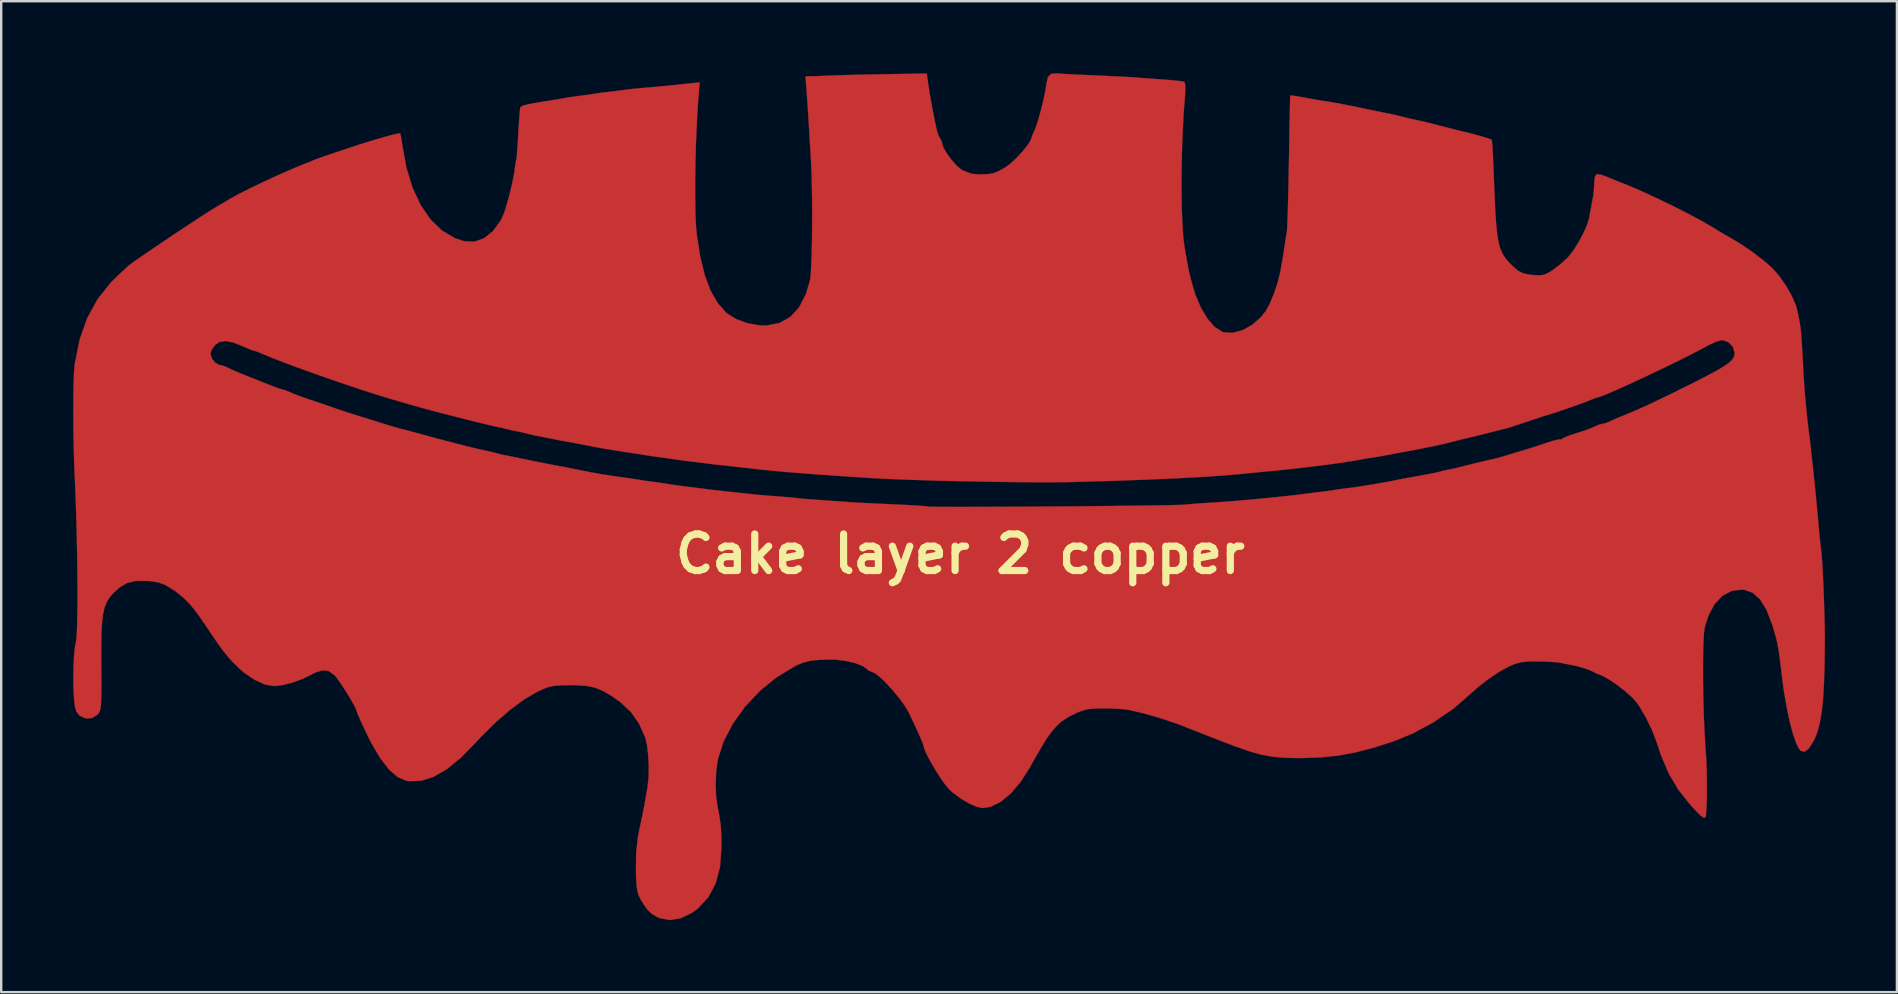
<source format=kicad_pcb>
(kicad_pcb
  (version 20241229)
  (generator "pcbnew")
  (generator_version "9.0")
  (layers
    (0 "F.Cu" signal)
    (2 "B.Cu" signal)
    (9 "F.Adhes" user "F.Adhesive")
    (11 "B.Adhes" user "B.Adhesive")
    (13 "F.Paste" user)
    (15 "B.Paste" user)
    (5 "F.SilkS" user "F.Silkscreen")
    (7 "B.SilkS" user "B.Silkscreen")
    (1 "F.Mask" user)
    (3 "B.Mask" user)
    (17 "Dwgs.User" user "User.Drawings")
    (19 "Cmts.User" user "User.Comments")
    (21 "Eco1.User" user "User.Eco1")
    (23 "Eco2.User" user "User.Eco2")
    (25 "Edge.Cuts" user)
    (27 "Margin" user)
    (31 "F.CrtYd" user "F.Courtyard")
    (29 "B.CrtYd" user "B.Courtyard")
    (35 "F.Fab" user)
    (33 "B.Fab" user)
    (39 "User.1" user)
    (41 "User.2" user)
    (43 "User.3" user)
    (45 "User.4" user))
  (footprint "Cake layer 2 copper"
    (layer "F.Cu")
    (at 36.956 20.03)
    (property "Reference" "Cake layer 2 copper" (at 0 0 0) (layer "F.SilkS") (effects (font (size 1.524 1.524) (thickness 0.3))))
    (attr through_hole)
    (fp_poly (pts (xy 4.054 -20.02) (xy 4.213 -20.007) (xy 4.506 -19.99) (xy 4.899 -19.97) (xy 5.357 -19.949) (xy 5.63 -19.937) (xy 6.112 -19.916) (xy 6.552 -19.896) (xy 6.915 -19.877) (xy 7.163 -19.863) (xy 7.239 -19.857) (xy 7.43 -19.841) (xy 7.741 -19.818) (xy 8.121 -19.791) (xy 8.38 -19.773) (xy 8.754 -19.744) (xy 9.064 -19.714) (xy 9.272 -19.686) (xy 9.338 -19.67) (xy 9.369 -19.569) (xy 9.376 -19.352) (xy 9.365 -19.148) (xy 9.307 -18.39) (xy 9.263 -17.58) (xy 9.233 -16.743) (xy 9.217 -15.908) (xy 9.215 -15.103) (xy 9.227 -14.356) (xy 9.254 -13.693) (xy 9.294 -13.142) (xy 9.35 -12.732) (xy 9.351 -12.722) (xy 9.389 -12.518) (xy 9.432 -12.267) (xy 9.432 -12.266) (xy 9.479 -12.006) (xy 9.523 -11.79) (xy 9.575 -11.567) (xy 9.602 -11.451) (xy 9.786 -10.819) (xy 10.023 -10.261) (xy 10.299 -9.8) (xy 10.6 -9.458) (xy 10.911 -9.258) (xy 10.978 -9.236) (xy 11.353 -9.214) (xy 11.761 -9.326) (xy 12.166 -9.552) (xy 12.53 -9.874) (xy 12.735 -10.138) (xy 12.905 -10.458) (xy 13.078 -10.879) (xy 13.228 -11.334) (xy 13.332 -11.757) (xy 13.345 -11.83) (xy 13.383 -12.06) (xy 13.412 -12.218) (xy 13.415 -12.234) (xy 13.438 -12.362) (xy 13.474 -12.594) (xy 13.496 -12.742) (xy 13.542 -13.05) (xy 13.588 -13.331) (xy 13.603 -13.42) (xy 13.615 -13.565) (xy 13.629 -13.857) (xy 13.644 -14.273) (xy 13.658 -14.791) (xy 13.672 -15.387) (xy 13.685 -16.04) (xy 13.691 -16.383) (xy 13.702 -17.042) (xy 13.712 -17.644) (xy 13.722 -18.169) (xy 13.731 -18.596) (xy 13.739 -18.906) (xy 13.745 -19.079) (xy 13.747 -19.107) (xy 13.83 -19.1) (xy 14.036 -19.068) (xy 14.323 -19.017) (xy 14.352 -19.011) (xy 14.716 -18.945) (xy 15.072 -18.885) (xy 15.313 -18.849) (xy 15.545 -18.811) (xy 15.893 -18.746) (xy 16.307 -18.665) (xy 16.667 -18.591) (xy 17.075 -18.505) (xy 17.44 -18.43) (xy 17.72 -18.373) (xy 17.865 -18.345) (xy 18.087 -18.297) (xy 18.364 -18.23) (xy 18.415 -18.217) (xy 18.689 -18.148) (xy 18.931 -18.095) (xy 18.965 -18.089) (xy 19.143 -18.05) (xy 19.432 -17.982) (xy 19.779 -17.895) (xy 19.897 -17.865) (xy 20.24 -17.777) (xy 20.533 -17.702) (xy 20.728 -17.654) (xy 20.765 -17.645) (xy 21.094 -17.565) (xy 21.437 -17.476) (xy 21.751 -17.388) (xy 21.995 -17.315) (xy 22.126 -17.268) (xy 22.137 -17.261) (xy 22.151 -17.169) (xy 22.169 -16.937) (xy 22.189 -16.593) (xy 22.209 -16.166) (xy 22.222 -15.831) (xy 22.253 -15.006) (xy 22.284 -14.331) (xy 22.32 -13.787) (xy 22.363 -13.353) (xy 22.419 -13.011) (xy 22.49 -12.74) (xy 22.582 -12.523) (xy 22.698 -12.338) (xy 22.841 -12.167) (xy 23.01 -11.997) (xy 23.244 -11.796) (xy 23.466 -11.687) (xy 23.76 -11.632) (xy 23.82 -11.625) (xy 24.118 -11.606) (xy 24.329 -11.637) (xy 24.536 -11.736) (xy 24.658 -11.814) (xy 24.95 -12.033) (xy 25.242 -12.289) (xy 25.32 -12.366) (xy 25.526 -12.626) (xy 25.748 -12.975) (xy 25.954 -13.357) (xy 26.113 -13.715) (xy 26.19 -13.97) (xy 26.234 -14.205) (xy 26.285 -14.475) (xy 26.285 -14.478) (xy 26.333 -14.731) (xy 26.371 -14.937) (xy 26.372 -14.944) (xy 26.393 -15.136) (xy 26.408 -15.402) (xy 26.41 -15.473) (xy 26.431 -15.703) (xy 26.503 -15.814) (xy 26.657 -15.815) (xy 26.923 -15.72) (xy 26.985 -15.694) (xy 27.234 -15.589) (xy 27.443 -15.505) (xy 27.474 -15.494) (xy 27.913 -15.32) (xy 28.451 -15.084) (xy 29.051 -14.807) (xy 29.671 -14.506) (xy 30.274 -14.201) (xy 30.82 -13.912) (xy 31.269 -13.657) (xy 31.454 -13.543) (xy 31.679 -13.404) (xy 31.872 -13.293) (xy 31.877 -13.29) (xy 32.428 -12.969) (xy 32.988 -12.593) (xy 33.498 -12.201) (xy 33.847 -11.89) (xy 34.123 -11.573) (xy 34.396 -11.179) (xy 34.634 -10.765) (xy 34.801 -10.387) (xy 34.849 -10.226) (xy 34.918 -9.909) (xy 34.963 -9.68) (xy 34.997 -9.465) (xy 35.006 -9.401) (xy 35.026 -9.195) (xy 35.051 -8.868) (xy 35.076 -8.469) (xy 35.094 -8.128) (xy 35.117 -7.689) (xy 35.141 -7.265) (xy 35.165 -6.914) (xy 35.179 -6.731) (xy 35.222 -6.256) (xy 35.266 -5.812) (xy 35.305 -5.438) (xy 35.337 -5.17) (xy 35.352 -5.064) (xy 35.375 -4.907) (xy 35.406 -4.644) (xy 35.433 -4.392) (xy 35.468 -4.063) (xy 35.501 -3.762) (xy 35.519 -3.604) (xy 35.543 -3.392) (xy 35.578 -3.052) (xy 35.621 -2.624) (xy 35.667 -2.148) (xy 35.713 -1.664) (xy 35.754 -1.212) (xy 35.779 -0.931) (xy 35.81 -0.608) (xy 35.84 -0.326) (xy 35.861 -0.171) (xy 35.884 0.044) (xy 35.908 0.393) (xy 35.933 0.845) (xy 35.957 1.365) (xy 35.978 1.92) (xy 35.996 2.476) (xy 36.008 2.998) (xy 36.014 3.455) (xy 36.014 3.598) (xy 36.005 4.544) (xy 35.982 5.339) (xy 35.945 6.001) (xy 35.89 6.549) (xy 35.816 7) (xy 35.72 7.372) (xy 35.601 7.684) (xy 35.545 7.798) (xy 35.354 8.097) (xy 35.177 8.233) (xy 35.018 8.203) (xy 34.935 8.108) (xy 34.812 7.853) (xy 34.683 7.47) (xy 34.557 7.001) (xy 34.446 6.485) (xy 34.415 6.308) (xy 34.368 6.042) (xy 34.332 5.842) (xy 34.303 5.661) (xy 34.263 5.366) (xy 34.219 5.014) (xy 34.207 4.911) (xy 34.148 4.417) (xy 34.096 4.044) (xy 34.044 3.746) (xy 33.981 3.475) (xy 33.898 3.185) (xy 33.813 2.912) (xy 33.583 2.32) (xy 33.317 1.889) (xy 33.009 1.614) (xy 32.657 1.489) (xy 32.597 1.483) (xy 32.154 1.529) (xy 31.763 1.729) (xy 31.431 2.075) (xy 31.17 2.556) (xy 31.014 3.048) (xy 30.982 3.281) (xy 30.96 3.656) (xy 30.946 4.146) (xy 30.94 4.722) (xy 30.943 5.358) (xy 30.954 6.026) (xy 30.973 6.699) (xy 31 7.349) (xy 31.034 7.949) (xy 31.06 8.297) (xy 31.082 8.667) (xy 31.096 9.118) (xy 31.101 9.603) (xy 31.099 10.077) (xy 31.089 10.494) (xy 31.07 10.808) (xy 31.06 10.901) (xy 31.03 10.982) (xy 30.961 10.983) (xy 30.837 10.89) (xy 30.637 10.69) (xy 30.403 10.435) (xy 29.91 9.816) (xy 29.513 9.144) (xy 29.187 8.375) (xy 29.036 7.916) (xy 28.838 7.384) (xy 28.571 6.826) (xy 28.276 6.325) (xy 28.178 6.186) (xy 27.975 5.961) (xy 27.682 5.701) (xy 27.347 5.442) (xy 27.017 5.219) (xy 26.74 5.067) (xy 26.656 5.035) (xy 26.467 4.963) (xy 26.374 4.911) (xy 26.215 4.834) (xy 25.953 4.744) (xy 25.651 4.662) (xy 25.442 4.618) (xy 25.177 4.568) (xy 24.977 4.527) (xy 24.795 4.504) (xy 24.499 4.486) (xy 24.145 4.475) (xy 24.041 4.473) (xy 23.648 4.478) (xy 23.359 4.509) (xy 23.107 4.578) (xy 22.827 4.698) (xy 22.824 4.7) (xy 22.455 4.905) (xy 22.031 5.189) (xy 21.614 5.506) (xy 21.266 5.812) (xy 21.243 5.834) (xy 20.543 6.442) (xy 19.729 7) (xy 18.858 7.472) (xy 18.043 7.805) (xy 17.201 8.074) (xy 16.452 8.268) (xy 15.744 8.398) (xy 15.023 8.472) (xy 14.235 8.5) (xy 14.012 8.501) (xy 13.473 8.488) (xy 12.996 8.443) (xy 12.534 8.356) (xy 12.04 8.218) (xy 11.467 8.019) (xy 11.134 7.892) (xy 10.797 7.761) (xy 10.447 7.627) (xy 10.329 7.581) (xy 10.064 7.478) (xy 9.84 7.389) (xy 9.779 7.364) (xy 9.055 7.082) (xy 8.328 6.835) (xy 7.644 6.637) (xy 7.048 6.502) (xy 6.9 6.477) (xy 6.603 6.448) (xy 6.229 6.433) (xy 5.84 6.431) (xy 5.498 6.444) (xy 5.274 6.47) (xy 4.922 6.582) (xy 4.544 6.765) (xy 4.215 6.977) (xy 4.093 7.083) (xy 3.92 7.265) (xy 3.76 7.46) (xy 3.595 7.694) (xy 3.406 7.997) (xy 3.175 8.395) (xy 2.897 8.89) (xy 2.512 9.496) (xy 2.099 9.979) (xy 1.673 10.329) (xy 1.248 10.533) (xy 0.925 10.583) (xy 0.677 10.529) (xy 0.355 10.385) (xy 0.007 10.177) (xy -0.32 9.934) (xy -0.475 9.792) (xy -0.634 9.601) (xy -0.829 9.323) (xy -1.036 8.997) (xy -1.232 8.663) (xy -1.394 8.359) (xy -1.497 8.125) (xy -1.523 8.021) (xy -1.56 7.898) (xy -1.664 7.646) (xy -1.823 7.29) (xy -2.028 6.852) (xy -2.147 6.604) (xy -2.303 6.338) (xy -2.525 6.03) (xy -2.786 5.71) (xy -3.059 5.409) (xy -3.317 5.155) (xy -3.532 4.979) (xy -3.678 4.911) (xy -3.682 4.911) (xy -3.824 4.851) (xy -3.887 4.792) (xy -4.08 4.658) (xy -4.395 4.54) (xy -4.787 4.45) (xy -5.21 4.401) (xy -5.461 4.395) (xy -5.916 4.412) (xy -6.254 4.449) (xy -6.53 4.517) (xy -6.797 4.626) (xy -6.889 4.672) (xy -7.649 5.133) (xy -8.347 5.702) (xy -8.962 6.354) (xy -9.473 7.063) (xy -9.859 7.803) (xy -10.098 8.548) (xy -10.103 8.572) (xy -10.169 9.046) (xy -10.192 9.582) (xy -10.173 10.101) (xy -10.124 10.456) (xy -10.037 10.908) (xy -9.984 11.289) (xy -9.957 11.673) (xy -9.949 12.137) (xy -9.949 12.234) (xy -10.011 13.039) (xy -10.194 13.727) (xy -10.5 14.301) (xy -10.93 14.765) (xy -11.161 14.936) (xy -11.632 15.169) (xy -12.091 15.248) (xy -12.52 15.17) (xy -12.639 15.116) (xy -12.853 14.987) (xy -13.02 14.832) (xy -13.188 14.6) (xy -13.29 14.436) (xy -13.383 14.262) (xy -13.444 14.08) (xy -13.482 13.849) (xy -13.503 13.525) (xy -13.513 13.166) (xy -13.504 12.466) (xy -13.438 11.844) (xy -13.369 11.472) (xy -13.29 11.101) (xy -13.221 10.764) (xy -13.172 10.517) (xy -13.161 10.456) (xy -13.123 10.232) (xy -13.068 9.921) (xy -13.028 9.694) (xy -12.987 9.312) (xy -12.979 8.859) (xy -13 8.393) (xy -13.048 7.975) (xy -13.12 7.662) (xy -13.124 7.651) (xy -13.385 7.067) (xy -13.716 6.591) (xy -14.155 6.177) (xy -14.52 5.918) (xy -14.879 5.706) (xy -15.21 5.569) (xy -15.57 5.494) (xy -16.016 5.465) (xy -16.256 5.463) (xy -16.654 5.47) (xy -16.943 5.495) (xy -17.182 5.55) (xy -17.431 5.648) (xy -17.624 5.739) (xy -18.158 6.05) (xy -18.747 6.484) (xy -19.364 7.018) (xy -19.979 7.629) (xy -20.193 7.86) (xy -20.813 8.493) (xy -21.395 8.966) (xy -21.943 9.283) (xy -22.465 9.447) (xy -22.967 9.462) (xy -23.081 9.444) (xy -23.437 9.294) (xy -23.802 8.977) (xy -24.174 8.494) (xy -24.55 7.848) (xy -24.674 7.601) (xy -24.853 7.228) (xy -25 6.908) (xy -25.102 6.673) (xy -25.145 6.554) (xy -25.146 6.549) (xy -25.19 6.425) (xy -25.307 6.203) (xy -25.471 5.922) (xy -25.658 5.623) (xy -25.843 5.345) (xy -26.002 5.129) (xy -26.062 5.059) (xy -26.298 4.879) (xy -26.561 4.84) (xy -26.879 4.94) (xy -27.044 5.028) (xy -27.42 5.211) (xy -27.855 5.365) (xy -28.279 5.47) (xy -28.591 5.503) (xy -28.973 5.434) (xy -29.404 5.238) (xy -29.845 4.936) (xy -30.109 4.702) (xy -30.317 4.493) (xy -30.506 4.283) (xy -30.698 4.044) (xy -30.916 3.745) (xy -31.183 3.358) (xy -31.467 2.936) (xy -31.8 2.457) (xy -32.093 2.092) (xy -32.381 1.803) (xy -32.698 1.554) (xy -32.825 1.467) (xy -33.123 1.288) (xy -33.391 1.186) (xy -33.712 1.133) (xy -33.869 1.12) (xy -34.339 1.119) (xy -34.71 1.205) (xy -35.034 1.397) (xy -35.283 1.627) (xy -35.439 1.806) (xy -35.56 1.999) (xy -35.651 2.229) (xy -35.716 2.519) (xy -35.758 2.89) (xy -35.781 3.365) (xy -35.789 3.967) (xy -35.787 4.613) (xy -35.783 5.229) (xy -35.783 5.698) (xy -35.789 6.044) (xy -35.802 6.288) (xy -35.824 6.455) (xy -35.857 6.565) (xy -35.903 6.643) (xy -35.937 6.684) (xy -36.171 6.833) (xy -36.441 6.848) (xy -36.687 6.737) (xy -36.829 6.562) (xy -36.882 6.364) (xy -36.92 6.038) (xy -36.943 5.623) (xy -36.951 5.158) (xy -36.943 4.683) (xy -36.92 4.237) (xy -36.882 3.862) (xy -36.841 3.641) (xy -36.816 3.449) (xy -36.797 3.109) (xy -36.785 2.642) (xy -36.778 2.068) (xy -36.778 1.41) (xy -36.783 0.687) (xy -36.794 -0.08) (xy -36.81 -0.869) (xy -36.832 -1.659) (xy -36.858 -2.43) (xy -36.89 -3.161) (xy -36.891 -3.175) (xy -36.916 -3.804) (xy -36.935 -4.48) (xy -36.947 -5.172) (xy -36.951 -5.851) (xy -36.949 -6.488) (xy -36.94 -7.053) (xy -36.924 -7.516) (xy -36.9 -7.848) (xy -36.892 -7.916) (xy -36.805 -8.353) (xy -31.242 -8.353) (xy -31.183 -8.153) (xy -31.043 -7.972) (xy -30.877 -7.877) (xy -30.847 -7.874) (xy -30.678 -7.835) (xy -30.585 -7.793) (xy -30.395 -7.702) (xy -30.096 -7.572) (xy -29.738 -7.425) (xy -29.591 -7.367) (xy -29.428 -7.303) (xy -29.166 -7.198) (xy -28.871 -7.079) (xy -28.588 -6.969) (xy -28.365 -6.889) (xy -28.251 -6.858) (xy -28.249 -6.858) (xy -28.13 -6.825) (xy -27.934 -6.744) (xy -27.91 -6.733) (xy -27.682 -6.638) (xy -27.371 -6.524) (xy -27.136 -6.444) (xy -26.762 -6.32) (xy -26.364 -6.184) (xy -26.162 -6.112) (xy -25.861 -6.008) (xy -25.468 -5.88) (xy -25.055 -5.749) (xy -24.934 -5.711) (xy -24.553 -5.594) (xy -24.191 -5.481) (xy -23.908 -5.393) (xy -23.834 -5.369) (xy -23.546 -5.282) (xy -23.278 -5.209) (xy -23.241 -5.2) (xy -23.033 -5.148) (xy -22.902 -5.112) (xy -22.772 -5.076) (xy -22.551 -5.016) (xy -22.479 -4.996) (xy -22.233 -4.93) (xy -22.043 -4.878) (xy -22.013 -4.87) (xy -21.806 -4.813) (xy -21.498 -4.732) (xy -21.136 -4.638) (xy -20.764 -4.543) (xy -20.428 -4.458) (xy -20.174 -4.396) (xy -20.059 -4.369) (xy -19.685 -4.289) (xy -19.434 -4.23) (xy -19.318 -4.198) (xy -19.123 -4.148) (xy -18.965 -4.115) (xy -18.73 -4.069) (xy -18.398 -4.002) (xy -18.041 -3.927) (xy -17.727 -3.861) (xy -17.695 -3.854) (xy -16.845 -3.688) (xy -16.806 -3.681) (xy -16.536 -3.633) (xy -16.222 -3.572) (xy -15.917 -3.51) (xy -15.4 -3.406) (xy -14.967 -3.328) (xy -14.537 -3.261) (xy -14.26 -3.222) (xy -13.916 -3.174) (xy -13.621 -3.131) (xy -13.429 -3.1) (xy -13.405 -3.096) (xy -13.224 -3.066) (xy -12.951 -3.028) (xy -12.785 -3.006) (xy -12.493 -2.966) (xy -12.247 -2.93) (xy -12.158 -2.914) (xy -11.98 -2.886) (xy -11.672 -2.843) (xy -11.276 -2.791) (xy -10.829 -2.735) (xy -10.373 -2.679) (xy -9.945 -2.629) (xy -9.586 -2.59) (xy -9.483 -2.579) (xy -9.15 -2.545) (xy -8.848 -2.512) (xy -8.678 -2.493) (xy -8.471 -2.471) (xy -8.158 -2.444) (xy -7.801 -2.416) (xy -7.747 -2.412) (xy -7.389 -2.384) (xy -7.065 -2.355) (xy -6.838 -2.332) (xy -6.816 -2.329) (xy -6.622 -2.309) (xy -6.31 -2.283) (xy -5.933 -2.255) (xy -5.715 -2.239) (xy -5.31 -2.212) (xy -4.93 -2.185) (xy -4.632 -2.164) (xy -4.53 -2.156) (xy -4.33 -2.143) (xy -3.998 -2.126) (xy -3.573 -2.105) (xy -3.091 -2.083) (xy -2.794 -2.07) (xy -2.326 -2.049) (xy -1.92 -2.026) (xy -1.605 -2.005) (xy -1.41 -1.987) (xy -1.36 -1.977) (xy -1.27 -1.971) (xy -1.028 -1.966) (xy -0.652 -1.964) (xy -0.159 -1.962) (xy 0.433 -1.963) (xy 1.107 -1.965) (xy 1.846 -1.968) (xy 2.631 -1.972) (xy 3.445 -1.977) (xy 4.272 -1.983) (xy 5.093 -1.99) (xy 5.89 -1.998) (xy 6.647 -2.006) (xy 7.346 -2.014) (xy 7.969 -2.022) (xy 8.499 -2.031) (xy 8.918 -2.04) (xy 9.21 -2.048) (xy 9.355 -2.056) (xy 9.356 -2.056) (xy 9.579 -2.078) (xy 9.921 -2.105) (xy 10.331 -2.133) (xy 10.668 -2.154) (xy 11.114 -2.184) (xy 11.664 -2.229) (xy 12.272 -2.283) (xy 12.889 -2.342) (xy 13.469 -2.401) (xy 13.965 -2.457) (xy 14.266 -2.495) (xy 14.502 -2.526) (xy 14.812 -2.564) (xy 14.969 -2.583) (xy 15.255 -2.619) (xy 15.488 -2.652) (xy 15.57 -2.665) (xy 15.739 -2.692) (xy 16.003 -2.727) (xy 16.18 -2.749) (xy 16.509 -2.794) (xy 16.931 -2.859) (xy 17.385 -2.935) (xy 17.809 -3.01) (xy 18.142 -3.075) (xy 18.203 -3.088) (xy 18.381 -3.124) (xy 18.673 -3.179) (xy 19.028 -3.243) (xy 19.177 -3.269) (xy 19.518 -3.331) (xy 19.792 -3.385) (xy 19.958 -3.423) (xy 19.988 -3.433) (xy 20.098 -3.467) (xy 20.301 -3.508) (xy 20.327 -3.513) (xy 20.568 -3.559) (xy 20.753 -3.604) (xy 20.758 -3.605) (xy 20.969 -3.663) (xy 21.054 -3.684) (xy 21.23 -3.726) (xy 21.487 -3.789) (xy 21.59 -3.815) (xy 21.868 -3.881) (xy 22.107 -3.935) (xy 22.166 -3.947) (xy 22.37 -3.996) (xy 22.639 -4.073) (xy 22.716 -4.097) (xy 23.037 -4.195) (xy 23.383 -4.298) (xy 23.453 -4.318) (xy 23.737 -4.405) (xy 24.097 -4.521) (xy 24.405 -4.625) (xy 24.684 -4.715) (xy 24.887 -4.768) (xy 24.976 -4.774) (xy 24.977 -4.771) (xy 25.028 -4.77) (xy 25.082 -4.808) (xy 25.218 -4.877) (xy 25.458 -4.967) (xy 25.679 -5.037) (xy 25.99 -5.136) (xy 26.267 -5.239) (xy 26.399 -5.298) (xy 26.597 -5.385) (xy 26.735 -5.418) (xy 26.898 -5.455) (xy 26.989 -5.493) (xy 27.173 -5.579) (xy 27.39 -5.672) (xy 27.806 -5.843) (xy 28.157 -5.991) (xy 28.483 -6.135) (xy 28.825 -6.293) (xy 29.224 -6.485) (xy 29.722 -6.728) (xy 29.887 -6.809) (xy 30.56 -7.143) (xy 31.094 -7.416) (xy 31.505 -7.637) (xy 31.809 -7.818) (xy 32.021 -7.967) (xy 32.156 -8.096) (xy 32.229 -8.215) (xy 32.256 -8.333) (xy 32.258 -8.375) (xy 32.186 -8.632) (xy 32.004 -8.824) (xy 31.761 -8.906) (xy 31.689 -8.903) (xy 31.475 -8.843) (xy 31.22 -8.728) (xy 31.168 -8.7) (xy 30.85 -8.526) (xy 30.441 -8.315) (xy 29.965 -8.076) (xy 29.445 -7.821) (xy 28.905 -7.562) (xy 28.368 -7.308) (xy 27.857 -7.072) (xy 27.397 -6.864) (xy 27.011 -6.696) (xy 26.722 -6.579) (xy 26.554 -6.522) (xy 26.531 -6.519) (xy 26.429 -6.488) (xy 26.242 -6.413) (xy 26.217 -6.402) (xy 26.039 -6.332) (xy 25.757 -6.229) (xy 25.416 -6.108) (xy 25.061 -5.986) (xy 24.738 -5.878) (xy 24.493 -5.8) (xy 24.384 -5.77) (xy 24.29 -5.741) (xy 24.074 -5.669) (xy 23.772 -5.568) (xy 23.58 -5.503) (xy 23.228 -5.386) (xy 22.921 -5.288) (xy 22.707 -5.224) (xy 22.648 -5.208) (xy 22.477 -5.168) (xy 22.208 -5.1) (xy 21.971 -5.039) (xy 21.662 -4.961) (xy 21.389 -4.894) (xy 21.251 -4.863) (xy 21.029 -4.811) (xy 20.752 -4.742) (xy 20.701 -4.728) (xy 20.448 -4.663) (xy 20.246 -4.613) (xy 20.214 -4.605) (xy 20.008 -4.559) (xy 19.875 -4.529) (xy 19.633 -4.477) (xy 19.473 -4.445) (xy 19.211 -4.393) (xy 19.05 -4.36) (xy 18.802 -4.312) (xy 18.584 -4.273) (xy 18.319 -4.226) (xy 18.119 -4.188) (xy 17.725 -4.112) (xy 17.41 -4.056) (xy 17.187 -4.022) (xy 16.917 -3.978) (xy 16.682 -3.936) (xy 16.676 -3.935) (xy 16.359 -3.879) (xy 15.937 -3.813) (xy 15.475 -3.747) (xy 15.037 -3.69) (xy 14.944 -3.679) (xy 14.63 -3.642) (xy 14.355 -3.609) (xy 14.224 -3.593) (xy 13.958 -3.561) (xy 13.573 -3.52) (xy 13.119 -3.473) (xy 12.644 -3.427) (xy 12.615 -3.425) (xy 12.275 -3.392) (xy 11.942 -3.359) (xy 11.811 -3.346) (xy 11.06 -3.279) (xy 10.145 -3.216) (xy 9.072 -3.157) (xy 7.847 -3.102) (xy 6.476 -3.052) (xy 4.963 -3.007) (xy 4.657 -2.999) (xy 4.066 -2.99) (xy 3.339 -2.988) (xy 2.506 -2.993) (xy 1.601 -3.004) (xy 0.656 -3.02) (xy -0.299 -3.04) (xy -1.229 -3.065) (xy -2.104 -3.093) (xy -2.891 -3.123) (xy -3.558 -3.156) (xy -3.855 -3.174) (xy -4.252 -3.201) (xy -4.714 -3.231) (xy -5.122 -3.258) (xy -6.352 -3.344) (xy -7.427 -3.432) (xy -8.365 -3.523) (xy -9.017 -3.598) (xy -9.238 -3.623) (xy -9.551 -3.658) (xy -9.821 -3.688) (xy -10.135 -3.722) (xy -10.4 -3.752) (xy -10.541 -3.77) (xy -10.715 -3.792) (xy -10.989 -3.826) (xy -11.218 -3.854) (xy -11.514 -3.89) (xy -11.755 -3.923) (xy -11.862 -3.939) (xy -12.02 -3.964) (xy -12.276 -4) (xy -12.446 -4.022) (xy -12.737 -4.061) (xy -12.981 -4.097) (xy -13.069 -4.112) (xy -13.267 -4.146) (xy -13.531 -4.187) (xy -13.586 -4.194) (xy -13.864 -4.235) (xy -14.108 -4.272) (xy -14.139 -4.277) (xy -14.531 -4.34) (xy -14.798 -4.383) (xy -14.981 -4.415) (xy -15.122 -4.441) (xy -15.155 -4.448) (xy -15.418 -4.499) (xy -15.579 -4.53) (xy -15.841 -4.58) (xy -16.002 -4.611) (xy -16.25 -4.658) (xy -16.468 -4.697) (xy -16.733 -4.744) (xy -16.933 -4.784) (xy -17.196 -4.837) (xy -17.357 -4.868) (xy -17.701 -4.936) (xy -17.926 -4.984) (xy -18.078 -5.023) (xy -18.104 -5.031) (xy -18.295 -5.077) (xy -18.479 -5.114) (xy -18.71 -5.16) (xy -18.86 -5.198) (xy -19.062 -5.248) (xy -19.219 -5.279) (xy -19.384 -5.314) (xy -19.678 -5.384) (xy -20.067 -5.479) (xy -20.517 -5.591) (xy -20.995 -5.711) (xy -21.465 -5.832) (xy -21.893 -5.943) (xy -22.245 -6.037) (xy -22.31 -6.055) (xy -22.575 -6.129) (xy -22.801 -6.192) (xy -23.037 -6.26) (xy -23.334 -6.346) (xy -23.742 -6.465) (xy -23.749 -6.467) (xy -24.29 -6.632) (xy -24.923 -6.835) (xy -25.616 -7.067) (xy -26.335 -7.314) (xy -27.046 -7.565) (xy -27.718 -7.809) (xy -28.315 -8.033) (xy -28.806 -8.227) (xy -29.053 -8.331) (xy -29.263 -8.417) (xy -29.401 -8.464) (xy -29.418 -8.467) (xy -29.521 -8.499) (xy -29.722 -8.582) (xy -29.861 -8.643) (xy -30.289 -8.812) (xy -30.615 -8.874) (xy -30.865 -8.831) (xy -31.034 -8.718) (xy -31.178 -8.534) (xy -31.242 -8.359) (xy -31.242 -8.353) (xy -36.805 -8.353) (xy -36.69 -8.928) (xy -36.377 -9.821) (xy -35.944 -10.612) (xy -35.385 -11.315) (xy -35.061 -11.634) (xy -34.861 -11.818) (xy -34.699 -11.969) (xy -34.662 -12.005) (xy -34.553 -12.089) (xy -34.328 -12.249) (xy -34.009 -12.469) (xy -33.621 -12.734) (xy -33.188 -13.026) (xy -32.735 -13.329) (xy -32.286 -13.627) (xy -31.865 -13.905) (xy -31.496 -14.145) (xy -31.204 -14.331) (xy -31.03 -14.437) (xy -30.744 -14.606) (xy -30.474 -14.765) (xy -30.353 -14.836) (xy -30.053 -15.001) (xy -29.636 -15.212) (xy -29.144 -15.45) (xy -28.615 -15.695) (xy -28.091 -15.93) (xy -27.612 -16.135) (xy -27.284 -16.267) (xy -27.043 -16.364) (xy -26.903 -16.423) (xy -26.764 -16.475) (xy -26.503 -16.567) (xy -26.156 -16.684) (xy -25.763 -16.816) (xy -25.362 -16.949) (xy -24.99 -17.071) (xy -24.686 -17.168) (xy -24.489 -17.228) (xy -24.469 -17.234) (xy -24.322 -17.275) (xy -24.074 -17.347) (xy -23.855 -17.411) (xy -23.592 -17.481) (xy -23.402 -17.519) (xy -23.335 -17.519) (xy -23.307 -17.422) (xy -23.271 -17.212) (xy -23.25 -17.06) (xy -23.081 -16.114) (xy -22.824 -15.272) (xy -22.487 -14.546) (xy -22.075 -13.945) (xy -21.596 -13.479) (xy -21.054 -13.158) (xy -20.659 -13.029) (xy -20.236 -13.013) (xy -19.835 -13.157) (xy -19.471 -13.45) (xy -19.159 -13.881) (xy -19.07 -14.055) (xy -18.973 -14.307) (xy -18.862 -14.67) (xy -18.751 -15.088) (xy -18.654 -15.504) (xy -18.586 -15.863) (xy -18.573 -15.96) (xy -18.539 -16.211) (xy -18.509 -16.385) (xy -18.496 -16.428) (xy -18.482 -16.525) (xy -18.462 -16.756) (xy -18.439 -17.088) (xy -18.416 -17.485) (xy -18.416 -17.486) (xy -18.392 -17.889) (xy -18.368 -18.232) (xy -18.347 -18.48) (xy -18.332 -18.593) (xy -18.296 -18.641) (xy -18.203 -18.685) (xy -18.027 -18.731) (xy -17.744 -18.785) (xy -17.328 -18.854) (xy -17.145 -18.883) (xy -16.842 -18.932) (xy -16.587 -18.974) (xy -16.468 -18.996) (xy -16.293 -19.025) (xy -16.02 -19.065) (xy -15.79 -19.097) (xy -15.515 -19.134) (xy -15.314 -19.164) (xy -15.24 -19.176) (xy -15.14 -19.191) (xy -14.921 -19.219) (xy -14.647 -19.252) (xy -14.325 -19.291) (xy -14.042 -19.327) (xy -13.885 -19.349) (xy -13.694 -19.371) (xy -13.399 -19.401) (xy -13.081 -19.428) (xy -12.711 -19.46) (xy -12.347 -19.494) (xy -12.107 -19.518) (xy -11.779 -19.552) (xy -11.411 -19.591) (xy -11.292 -19.603) (xy -10.858 -19.648) (xy -10.883 -19.37) (xy -10.934 -18.703) (xy -10.977 -17.963) (xy -11.01 -17.181) (xy -11.033 -16.387) (xy -11.045 -15.612) (xy -11.046 -14.887) (xy -11.036 -14.241) (xy -11.014 -13.706) (xy -10.982 -13.335) (xy -10.836 -12.4) (xy -10.645 -11.616) (xy -10.404 -10.973) (xy -10.108 -10.456) (xy -9.752 -10.055) (xy -9.715 -10.022) (xy -9.337 -9.785) (xy -8.86 -9.612) (xy -8.347 -9.525) (xy -8.053 -9.521) (xy -7.525 -9.626) (xy -7.078 -9.879) (xy -6.714 -10.279) (xy -6.433 -10.825) (xy -6.263 -11.392) (xy -6.235 -11.601) (xy -6.212 -11.951) (xy -6.194 -12.413) (xy -6.181 -12.96) (xy -6.174 -13.563) (xy -6.171 -14.193) (xy -6.175 -14.823) (xy -6.184 -15.424) (xy -6.2 -15.968) (xy -6.221 -16.426) (xy -6.222 -16.427) (xy -6.25 -16.889) (xy -6.281 -17.407) (xy -6.309 -17.865) (xy -6.337 -18.313) (xy -6.369 -18.803) (xy -6.4 -19.231) (xy -6.4 -19.241) (xy -6.449 -19.897) (xy -6.082 -19.906) (xy -5.76 -19.917) (xy -5.399 -19.932) (xy -5.292 -19.937) (xy -5.076 -19.945) (xy -4.725 -19.955) (xy -4.273 -19.966) (xy -3.752 -19.977) (xy -3.198 -19.987) (xy -3.133 -19.988) (xy -1.397 -20.018) (xy -1.327 -19.513) (xy -1.261 -19.099) (xy -1.171 -18.594) (xy -1.068 -18.071) (xy -0.969 -17.611) (xy -0.903 -17.417) (xy -0.842 -17.319) (xy -0.767 -17.165) (xy -0.762 -17.119) (xy -0.706 -16.936) (xy -0.56 -16.686) (xy -0.36 -16.415) (xy -0.141 -16.17) (xy 0.062 -16) (xy 0.078 -15.99) (xy 0.468 -15.841) (xy 0.804 -15.813) (xy 1.128 -15.823) (xy 1.356 -15.857) (xy 1.565 -15.936) (xy 1.829 -16.08) (xy 1.886 -16.114) (xy 2.093 -16.267) (xy 2.334 -16.491) (xy 2.574 -16.749) (xy 2.781 -17.002) (xy 2.922 -17.214) (xy 2.964 -17.332) (xy 3 -17.448) (xy 3.085 -17.63) (xy 3.17 -17.844) (xy 3.272 -18.173) (xy 3.378 -18.567) (xy 3.475 -18.975) (xy 3.55 -19.345) (xy 3.586 -19.589) (xy 3.649 -19.865) (xy 3.782 -20.002) (xy 4.013 -20.025) (xy 4.054 -20.02)) (stroke (width 0.01) (type solid)) (fill yes) (layer "F.Cu")))
  (gr_rect
    (start -3 -3)
    (end 75.975 38.282)
    (stroke (width 0.1) (type default))
    (fill no)
    (layer "Edge.Cuts")))
</source>
